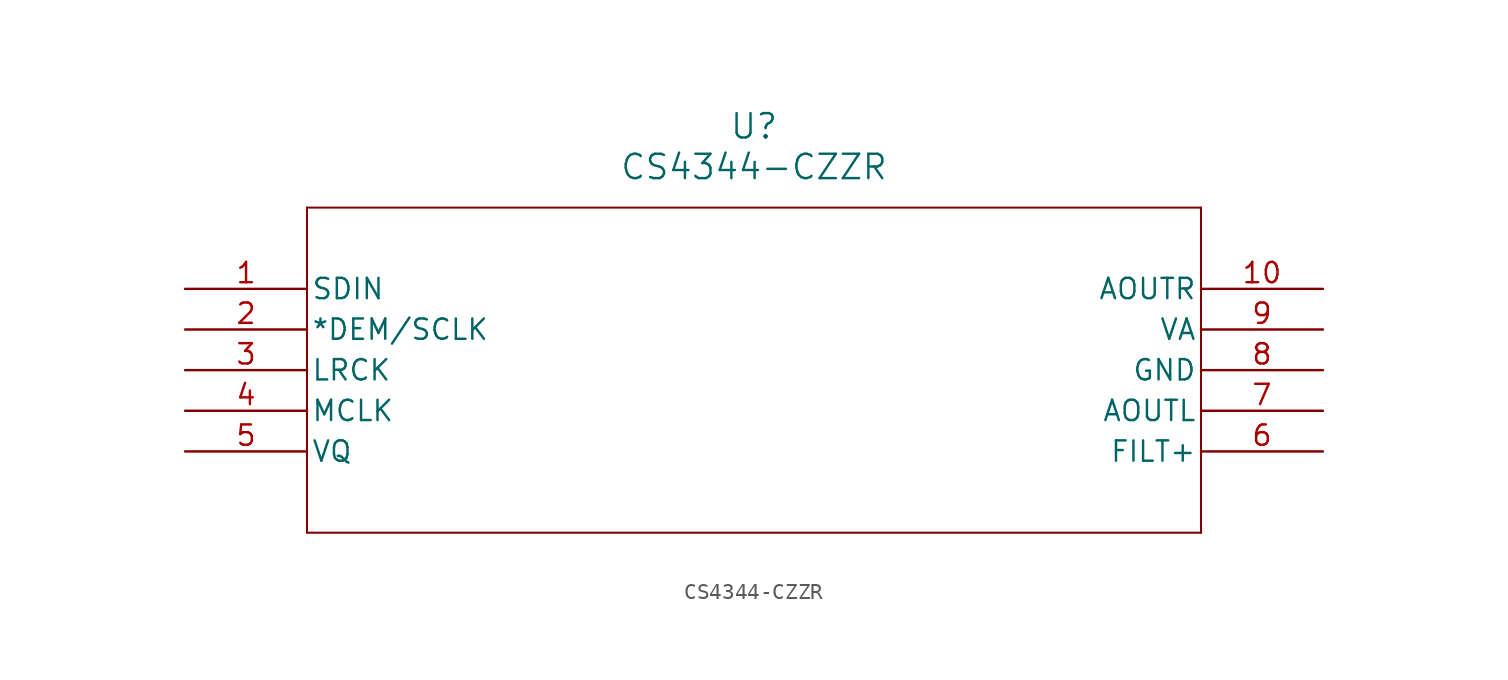
<source format=kicad_sym>
(kicad_symbol_lib
  (version 20211014)
  (generator kicad_symbol_editor)
  (symbol "CS4344-CZZR"
    (pin_names
      (offset 0.254))
    (property "Reference" "U"
      (at 35.56 10.16 0)
      (effects (font (size 1.524 1.524))))
    (property "Value" "CS4344-CZZR"
      (at 35.56 7.62 0)
      (effects (font (size 1.524 1.524))))
    (symbol "CS4344-CZZR_0_1"
      (polyline (pts (xy 7.62 5.08) (xy 7.62 -15.24)) (stroke (width .127) (type default) (color 0 0 0 0)) (fill (type none)))
      (polyline (pts (xy 7.62 -15.24) (xy 63.5 -15.24)) (stroke (width .127) (type default) (color 0 0 0 0)) (fill (type none)))
      (polyline (pts (xy 63.5 -15.24) (xy 63.5 5.08)) (stroke (width .127) (type default) (color 0 0 0 0)) (fill (type none)))
      (polyline (pts (xy 63.5 5.08) (xy 7.62 5.08)) (stroke (width .127) (type default) (color 0 0 0 0)) (fill (type none)))
      (pin input line (at 0 0 0) (length 7.62) (name "SDIN" (effects (font (size 1.27 1.27)))) (number "1" (effects (font (size 1.27 1.27)))))
      (pin input line (at 0 -2.54 0) (length 7.62) (name "*DEM/SCLK" (effects (font (size 1.27 1.27)))) (number "2" (effects (font (size 1.27 1.27)))))
      (pin input line (at 0 -5.08 0) (length 7.62) (name "LRCK" (effects (font (size 1.27 1.27)))) (number "3" (effects (font (size 1.27 1.27)))))
      (pin input line (at 0 -7.62 0) (length 7.62) (name "MCLK" (effects (font (size 1.27 1.27)))) (number "4" (effects (font (size 1.27 1.27)))))
      (pin output line (at 0 -10.16 0) (length 7.62) (name "VQ" (effects (font (size 1.27 1.27)))) (number "5" (effects (font (size 1.27 1.27)))))
      (pin output line (at 71.12 -10.16 180) (length 7.62) (name "FILT+" (effects (font (size 1.27 1.27)))) (number "6" (effects (font (size 1.27 1.27)))))
      (pin output line (at 71.12 -7.62 180) (length 7.62) (name "AOUTL" (effects (font (size 1.27 1.27)))) (number "7" (effects (font (size 1.27 1.27)))))
      (pin power_in line (at 71.12 -5.08 180) (length 7.62) (name "GND" (effects (font (size 1.27 1.27)))) (number "8" (effects (font (size 1.27 1.27)))))
      (pin power_in line (at 71.12 -2.54 180) (length 7.62) (name "VA" (effects (font (size 1.27 1.27)))) (number "9" (effects (font (size 1.27 1.27)))))
      (pin output line (at 71.12 0 180) (length 7.62) (name "AOUTR" (effects (font (size 1.27 1.27)))) (number "10" (effects (font (size 1.27 1.27))))))))
</source>
